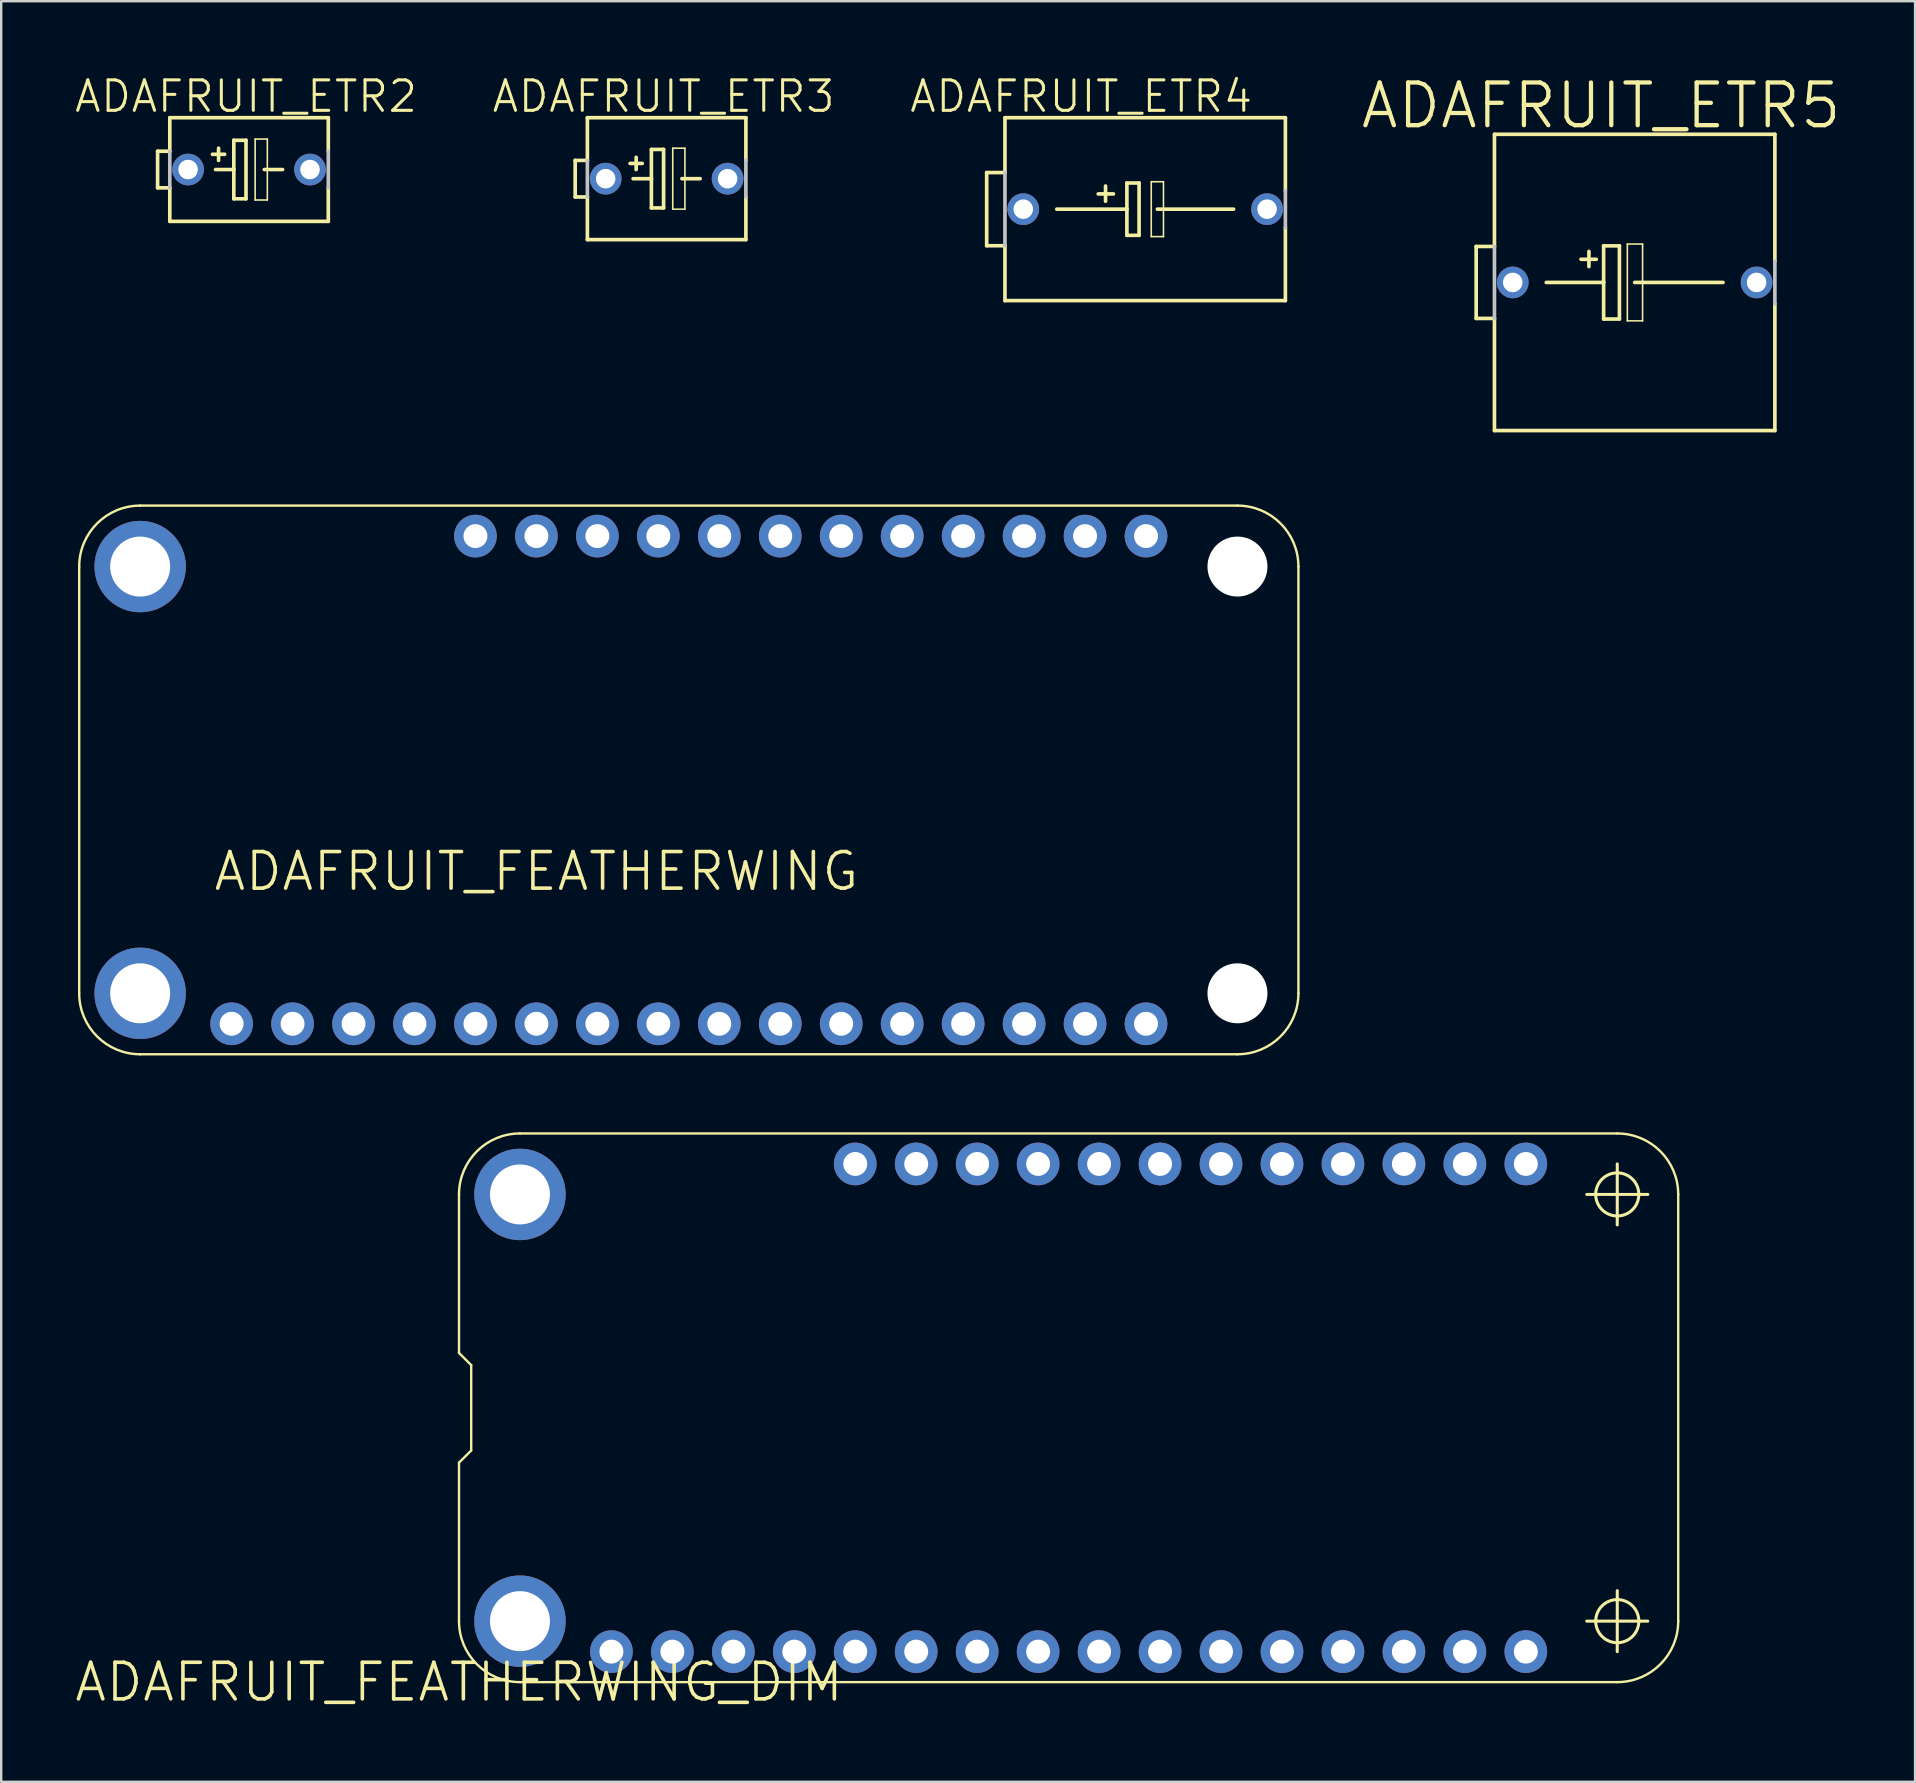
<source format=kicad_pcb>
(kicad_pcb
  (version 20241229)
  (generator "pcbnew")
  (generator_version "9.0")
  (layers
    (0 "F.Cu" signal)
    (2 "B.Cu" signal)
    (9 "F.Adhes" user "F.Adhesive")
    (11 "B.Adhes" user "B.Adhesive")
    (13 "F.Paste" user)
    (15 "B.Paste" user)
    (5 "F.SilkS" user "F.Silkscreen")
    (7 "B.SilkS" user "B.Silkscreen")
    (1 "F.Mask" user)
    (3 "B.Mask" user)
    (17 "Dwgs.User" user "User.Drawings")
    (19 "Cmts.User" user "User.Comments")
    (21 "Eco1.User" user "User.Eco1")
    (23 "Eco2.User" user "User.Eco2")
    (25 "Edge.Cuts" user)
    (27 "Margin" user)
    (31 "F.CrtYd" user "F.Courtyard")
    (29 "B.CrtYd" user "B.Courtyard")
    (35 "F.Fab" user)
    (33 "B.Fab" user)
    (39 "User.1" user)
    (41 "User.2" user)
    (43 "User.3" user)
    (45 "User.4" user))
  (footprint "ADAFRUIT_ETR5"
    (layer "F.Cu")
    (at 65.06 8.718)
    (property "Reference" "ADAFRUIT_ETR5" (at -1.397 -7.366 0) (layer "F.SilkS") (effects (font (size 1.778 1.778) (thickness 0.178))))
    (attr exclude_from_pos_files exclude_from_bom)
    (fp_line (start -6.604 -1.499) (end -6.604 1.499) (stroke (width 0.152) (type solid)) (layer "F.SilkS"))
    (fp_line (start -6.604 1.499) (end -5.842 1.499) (stroke (width 0.152) (type solid)) (layer "F.SilkS"))
    (fp_line (start -5.842 -1.499) (end -6.604 -1.499) (stroke (width 0.152) (type solid)) (layer "F.SilkS"))
    (fp_line (start -5.842 -1.499) (end -5.842 -6.172) (stroke (width 0.152) (type solid)) (layer "F.SilkS"))
    (fp_line (start -5.842 6.172) (end -5.842 1.499) (stroke (width 0.152) (type solid)) (layer "F.SilkS"))
    (fp_line (start -5.842 6.172) (end 5.842 6.172) (stroke (width 0.152) (type solid)) (layer "F.SilkS"))
    (fp_line (start -3.683 0) (end -1.293 0) (stroke (width 0.152) (type solid)) (layer "F.SilkS"))
    (fp_line (start -1.905 -1.293) (end -1.905 -0.66) (stroke (width 0.152) (type solid)) (layer "F.SilkS"))
    (fp_line (start -1.6 -0.965) (end -2.235 -0.965) (stroke (width 0.152) (type solid)) (layer "F.SilkS"))
    (fp_line (start -1.293 -1.524) (end -0.635 -1.524) (stroke (width 0.152) (type solid)) (layer "F.SilkS"))
    (fp_line (start -1.293 0) (end -1.293 -1.524) (stroke (width 0.152) (type solid)) (layer "F.SilkS"))
    (fp_line (start -1.293 1.524) (end -1.293 0) (stroke (width 0.152) (type solid)) (layer "F.SilkS"))
    (fp_line (start -0.635 -1.524) (end -0.635 1.524) (stroke (width 0.152) (type solid)) (layer "F.SilkS"))
    (fp_line (start -0.635 1.524) (end -1.293 1.524) (stroke (width 0.152) (type solid)) (layer "F.SilkS"))
    (fp_line (start -0.305 -1.6) (end 0.33 -1.6) (stroke (width 0.066) (type solid)) (layer "F.SilkS"))
    (fp_line (start -0.305 1.6) (end -0.305 -1.6) (stroke (width 0.066) (type solid)) (layer "F.SilkS"))
    (fp_line (start -0.305 1.6) (end 0.33 1.6) (stroke (width 0.066) (type solid)) (layer "F.SilkS"))
    (fp_line (start 0 0) (end 3.683 0) (stroke (width 0.152) (type solid)) (layer "F.SilkS"))
    (fp_line (start 0.33 1.6) (end 0.33 -1.6) (stroke (width 0.066) (type solid)) (layer "F.SilkS"))
    (fp_line (start 5.842 -6.172) (end -5.842 -6.172) (stroke (width 0.152) (type solid)) (layer "F.SilkS"))
    (fp_line (start 5.842 -0.889) (end 5.842 -6.172) (stroke (width 0.152) (type solid)) (layer "F.SilkS"))
    (fp_line (start 5.842 6.172) (end 5.842 0.889) (stroke (width 0.152) (type solid)) (layer "F.SilkS"))
    (fp_line (start -5.842 1.499) (end -5.842 -1.499) (stroke (width 0.152) (type solid)) (layer "Dwgs.User"))
    (fp_line (start 5.842 -0.889) (end 5.842 0.889) (stroke (width 0.152) (type solid)) (layer "Dwgs.User"))
    (pad "+" thru_hole circle (at -5.08 0) (size 1.321 1.321) (drill 0.813) (layers "*.Cu" "*.Paste" "*.Mask"))
    (pad "-" thru_hole circle (at 5.08 0) (size 1.321 1.321) (drill 0.813) (layers "*.Cu" "*.Paste" "*.Mask")))
  (footprint "ADAFRUIT_ETR4"
    (layer "F.Cu")
    (at 44.665 5.665)
    (property "Reference" "ADAFRUIT_ETR4" (at -2.667 -4.699 0) (layer "F.SilkS") (effects (font (size 1.27 1.27) (thickness 0.127))))
    (attr exclude_from_pos_files exclude_from_bom)
    (fp_line (start -6.604 -1.524) (end -6.604 1.524) (stroke (width 0.152) (type solid)) (layer "F.SilkS"))
    (fp_line (start -6.604 1.524) (end -5.842 1.524) (stroke (width 0.152) (type solid)) (layer "F.SilkS"))
    (fp_line (start -5.842 -1.524) (end -6.604 -1.524) (stroke (width 0.152) (type solid)) (layer "F.SilkS"))
    (fp_line (start -5.842 -1.524) (end -5.842 -3.81) (stroke (width 0.152) (type solid)) (layer "F.SilkS"))
    (fp_line (start -5.842 3.81) (end -5.842 1.524) (stroke (width 0.152) (type solid)) (layer "F.SilkS"))
    (fp_line (start -5.842 3.81) (end 5.842 3.81) (stroke (width 0.152) (type solid)) (layer "F.SilkS"))
    (fp_line (start -3.683 0) (end -0.762 0) (stroke (width 0.152) (type solid)) (layer "F.SilkS"))
    (fp_line (start -1.651 -0.965) (end -1.651 -0.33) (stroke (width 0.152) (type solid)) (layer "F.SilkS"))
    (fp_line (start -1.321 -0.635) (end -1.956 -0.635) (stroke (width 0.152) (type solid)) (layer "F.SilkS"))
    (fp_line (start -0.762 -1.09) (end -0.762 0) (stroke (width 0.152) (type solid)) (layer "F.SilkS"))
    (fp_line (start -0.762 0) (end -0.762 1.09) (stroke (width 0.152) (type solid)) (layer "F.SilkS"))
    (fp_line (start -0.762 1.09) (end -0.254 1.09) (stroke (width 0.152) (type solid)) (layer "F.SilkS"))
    (fp_line (start -0.254 -1.09) (end -0.762 -1.09) (stroke (width 0.152) (type solid)) (layer "F.SilkS"))
    (fp_line (start -0.254 1.09) (end -0.254 -1.09) (stroke (width 0.152) (type solid)) (layer "F.SilkS"))
    (fp_line (start 0.254 -1.143) (end 0.762 -1.143) (stroke (width 0.066) (type solid)) (layer "F.SilkS"))
    (fp_line (start 0.254 1.143) (end 0.254 -1.143) (stroke (width 0.066) (type solid)) (layer "F.SilkS"))
    (fp_line (start 0.254 1.143) (end 0.762 1.143) (stroke (width 0.066) (type solid)) (layer "F.SilkS"))
    (fp_line (start 0.762 1.143) (end 0.762 -1.143) (stroke (width 0.066) (type solid)) (layer "F.SilkS"))
    (fp_line (start 3.683 0) (end 0.508 0) (stroke (width 0.152) (type solid)) (layer "F.SilkS"))
    (fp_line (start 5.842 -3.81) (end -5.842 -3.81) (stroke (width 0.152) (type solid)) (layer "F.SilkS"))
    (fp_line (start 5.842 -0.762) (end 5.842 -3.81) (stroke (width 0.152) (type solid)) (layer "F.SilkS"))
    (fp_line (start 5.842 3.81) (end 5.842 0.762) (stroke (width 0.152) (type solid)) (layer "F.SilkS"))
    (fp_line (start -5.842 1.524) (end -5.842 -1.524) (stroke (width 0.152) (type solid)) (layer "Dwgs.User"))
    (fp_line (start 5.842 -0.762) (end 5.842 0.762) (stroke (width 0.152) (type solid)) (layer "Dwgs.User"))
    (pad "+" thru_hole circle (at -5.08 0) (size 1.321 1.321) (drill 0.813) (layers "*.Cu" "*.Paste" "*.Mask"))
    (pad "-" thru_hole circle (at 5.08 0) (size 1.321 1.321) (drill 0.813) (layers "*.Cu" "*.Paste" "*.Mask")))
  (footprint "ADAFRUIT_ETR3"
    (layer "F.Cu")
    (at 24.726 4.395)
    (property "Reference" "ADAFRUIT_ETR3" (at -0.127 -3.429 0) (layer "F.SilkS") (effects (font (size 1.27 1.27) (thickness 0.127))))
    (attr exclude_from_pos_files exclude_from_bom)
    (fp_line (start -3.81 -0.762) (end -3.81 0.762) (stroke (width 0.152) (type solid)) (layer "F.SilkS"))
    (fp_line (start -3.81 0.762) (end -3.302 0.762) (stroke (width 0.152) (type solid)) (layer "F.SilkS"))
    (fp_line (start -3.302 -0.762) (end -3.81 -0.762) (stroke (width 0.152) (type solid)) (layer "F.SilkS"))
    (fp_line (start -3.302 -0.762) (end -3.302 -2.54) (stroke (width 0.152) (type solid)) (layer "F.SilkS"))
    (fp_line (start -3.302 2.54) (end -3.302 0.762) (stroke (width 0.152) (type solid)) (layer "F.SilkS"))
    (fp_line (start -3.302 2.54) (end 3.302 2.54) (stroke (width 0.152) (type solid)) (layer "F.SilkS"))
    (fp_line (start -1.524 -0.635) (end -1.016 -0.635) (stroke (width 0.152) (type solid)) (layer "F.SilkS"))
    (fp_line (start -1.397 0) (end -0.635 0) (stroke (width 0.152) (type solid)) (layer "F.SilkS"))
    (fp_line (start -1.27 -0.889) (end -1.27 -0.381) (stroke (width 0.152) (type solid)) (layer "F.SilkS"))
    (fp_line (start -0.635 -1.219) (end -0.635 0) (stroke (width 0.152) (type solid)) (layer "F.SilkS"))
    (fp_line (start -0.635 0) (end -0.635 1.219) (stroke (width 0.152) (type solid)) (layer "F.SilkS"))
    (fp_line (start -0.635 1.219) (end -0.127 1.219) (stroke (width 0.152) (type solid)) (layer "F.SilkS"))
    (fp_line (start -0.127 -1.219) (end -0.635 -1.219) (stroke (width 0.152) (type solid)) (layer "F.SilkS"))
    (fp_line (start -0.127 1.219) (end -0.127 -1.219) (stroke (width 0.152) (type solid)) (layer "F.SilkS"))
    (fp_line (start 0.254 -1.27) (end 0.762 -1.27) (stroke (width 0.066) (type solid)) (layer "F.SilkS"))
    (fp_line (start 0.254 1.27) (end 0.254 -1.27) (stroke (width 0.066) (type solid)) (layer "F.SilkS"))
    (fp_line (start 0.254 1.27) (end 0.762 1.27) (stroke (width 0.066) (type solid)) (layer "F.SilkS"))
    (fp_line (start 0.635 0) (end 1.397 0) (stroke (width 0.152) (type solid)) (layer "F.SilkS"))
    (fp_line (start 0.762 1.27) (end 0.762 -1.27) (stroke (width 0.066) (type solid)) (layer "F.SilkS"))
    (fp_line (start 3.302 -2.54) (end -3.302 -2.54) (stroke (width 0.152) (type solid)) (layer "F.SilkS"))
    (fp_line (start 3.302 -0.762) (end 3.302 -2.54) (stroke (width 0.152) (type solid)) (layer "F.SilkS"))
    (fp_line (start 3.302 2.54) (end 3.302 0.762) (stroke (width 0.152) (type solid)) (layer "F.SilkS"))
    (fp_line (start -3.302 0.762) (end -3.302 -0.762) (stroke (width 0.152) (type solid)) (layer "Dwgs.User"))
    (fp_line (start 3.302 -0.762) (end 3.302 0.762) (stroke (width 0.152) (type solid)) (layer "Dwgs.User"))
    (pad "+" thru_hole circle (at -2.54 0) (size 1.321 1.321) (drill 0.813) (layers "*.Cu" "*.Paste" "*.Mask"))
    (pad "-" thru_hole circle (at 2.54 0) (size 1.321 1.321) (drill 0.813) (layers "*.Cu" "*.Paste" "*.Mask")))
  (footprint "ADAFRUIT_FEATHERWING_DIM"
    (layer "F.Cu")
    (at 16.075 67.037)
    (property "Reference" "ADAFRUIT_FEATHERWING_DIM" (at 0 0 0) (layer "F.SilkS") (effects (font (size 1.524 1.524) (thickness 0.15))))
    (attr exclude_from_pos_files exclude_from_bom)
    (fp_line (start 0 -20.32) (end 0 -13.716) (stroke (width 0.1) (type solid)) (layer "F.SilkS"))
    (fp_line (start 0 -13.716) (end 0.508 -13.208) (stroke (width 0.1) (type solid)) (layer "F.SilkS"))
    (fp_line (start 0 -9.144) (end 0 -2.54) (stroke (width 0.1) (type solid)) (layer "F.SilkS"))
    (fp_line (start 0.508 -13.208) (end 0.508 -9.652) (stroke (width 0.1) (type solid)) (layer "F.SilkS"))
    (fp_line (start 0.508 -9.652) (end 0 -9.144) (stroke (width 0.1) (type solid)) (layer "F.SilkS"))
    (fp_line (start 2.54 0) (end 48.26 0) (stroke (width 0.1) (type solid)) (layer "F.SilkS"))
    (fp_line (start 46.99 -20.32) (end 49.53 -20.32) (stroke (width 0.127) (type solid)) (layer "F.SilkS"))
    (fp_line (start 46.99 -2.54) (end 49.53 -2.54) (stroke (width 0.127) (type solid)) (layer "F.SilkS"))
    (fp_line (start 48.26 -22.86) (end 2.54 -22.86) (stroke (width 0.1) (type solid)) (layer "F.SilkS"))
    (fp_line (start 48.26 -19.05) (end 48.26 -21.59) (stroke (width 0.127) (type solid)) (layer "F.SilkS"))
    (fp_line (start 48.26 -1.27) (end 48.26 -3.81) (stroke (width 0.127) (type solid)) (layer "F.SilkS"))
    (fp_line (start 50.8 -2.54) (end 50.8 -20.32) (stroke (width 0.1) (type solid)) (layer "F.SilkS"))
    (fp_arc (start 0 -20.32) (mid 0.743949 -22.116051) (end 2.54 -22.86) (stroke (width 0.1) (type solid)) (layer "F.SilkS"))
    (fp_arc (start 2.54 0) (mid 0.743949 -0.743949) (end 0 -2.54) (stroke (width 0.1) (type solid)) (layer "F.SilkS"))
    (fp_arc (start 48.26 -22.86) (mid 50.056051 -22.116051) (end 50.8 -20.32) (stroke (width 0.1) (type solid)) (layer "F.SilkS"))
    (fp_arc (start 50.8 -2.54) (mid 50.056051 -0.743949) (end 48.26 0) (stroke (width 0.1) (type solid)) (layer "F.SilkS"))
    (fp_circle (center 48.26 -20.32) (end 48.895 -20.955) (stroke (width 0.127) (type solid)) (fill no) (layer "F.SilkS"))
    (fp_circle (center 48.26 -2.54) (end 48.895 -3.175) (stroke (width 0.127) (type solid)) (fill no) (layer "F.SilkS"))
    (pad "1" thru_hole circle (at 6.35 -1.27) (size 1.778 1.778) (drill 0.998) (layers "*.Cu" "*.Paste" "*.Mask"))
    (pad "2" thru_hole circle (at 8.89 -1.27) (size 1.778 1.778) (drill 0.998) (layers "*.Cu" "*.Paste" "*.Mask"))
    (pad "3" thru_hole circle (at 11.43 -1.27) (size 1.778 1.778) (drill 0.998) (layers "*.Cu" "*.Paste" "*.Mask"))
    (pad "4" thru_hole circle (at 13.97 -1.27) (size 1.778 1.778) (drill 0.998) (layers "*.Cu" "*.Paste" "*.Mask"))
    (pad "5" thru_hole circle (at 16.51 -1.27) (size 1.778 1.778) (drill 0.998) (layers "*.Cu" "*.Paste" "*.Mask"))
    (pad "6" thru_hole circle (at 19.05 -1.27) (size 1.778 1.778) (drill 0.998) (layers "*.Cu" "*.Paste" "*.Mask"))
    (pad "7" thru_hole circle (at 21.59 -1.27) (size 1.778 1.778) (drill 0.998) (layers "*.Cu" "*.Paste" "*.Mask"))
    (pad "8" thru_hole circle (at 24.13 -1.27) (size 1.778 1.778) (drill 0.998) (layers "*.Cu" "*.Paste" "*.Mask"))
    (pad "9" thru_hole circle (at 26.67 -1.27) (size 1.778 1.778) (drill 0.998) (layers "*.Cu" "*.Paste" "*.Mask"))
    (pad "10" thru_hole circle (at 29.21 -1.27) (size 1.778 1.778) (drill 0.998) (layers "*.Cu" "*.Paste" "*.Mask"))
    (pad "11" thru_hole circle (at 31.75 -1.27) (size 1.778 1.778) (drill 0.998) (layers "*.Cu" "*.Paste" "*.Mask"))
    (pad "12" thru_hole circle (at 34.29 -1.27) (size 1.778 1.778) (drill 0.998) (layers "*.Cu" "*.Paste" "*.Mask"))
    (pad "13" thru_hole circle (at 36.83 -1.27) (size 1.778 1.778) (drill 0.998) (layers "*.Cu" "*.Paste" "*.Mask"))
    (pad "14" thru_hole circle (at 39.37 -1.27) (size 1.778 1.778) (drill 0.998) (layers "*.Cu" "*.Paste" "*.Mask"))
    (pad "15" thru_hole circle (at 41.91 -1.27) (size 1.778 1.778) (drill 0.998) (layers "*.Cu" "*.Paste" "*.Mask"))
    (pad "16" thru_hole circle (at 44.45 -1.27) (size 1.778 1.778) (drill 0.998) (layers "*.Cu" "*.Paste" "*.Mask"))
    (pad "17" thru_hole circle (at 44.45 -21.59) (size 1.778 1.778) (drill 0.998) (layers "*.Cu" "*.Paste" "*.Mask"))
    (pad "18" thru_hole circle (at 41.91 -21.59) (size 1.778 1.778) (drill 0.998) (layers "*.Cu" "*.Paste" "*.Mask"))
    (pad "19" thru_hole circle (at 39.37 -21.59) (size 1.778 1.778) (drill 0.998) (layers "*.Cu" "*.Paste" "*.Mask"))
    (pad "20" thru_hole circle (at 36.83 -21.59) (size 1.778 1.778) (drill 0.998) (layers "*.Cu" "*.Paste" "*.Mask"))
    (pad "21" thru_hole circle (at 34.29 -21.59) (size 1.778 1.778) (drill 0.998) (layers "*.Cu" "*.Paste" "*.Mask"))
    (pad "22" thru_hole circle (at 31.75 -21.59) (size 1.778 1.778) (drill 0.998) (layers "*.Cu" "*.Paste" "*.Mask"))
    (pad "23" thru_hole circle (at 29.21 -21.59) (size 1.778 1.778) (drill 0.998) (layers "*.Cu" "*.Paste" "*.Mask"))
    (pad "24" thru_hole circle (at 26.67 -21.59) (size 1.778 1.778) (drill 0.998) (layers "*.Cu" "*.Paste" "*.Mask"))
    (pad "25" thru_hole circle (at 24.13 -21.59) (size 1.778 1.778) (drill 0.998) (layers "*.Cu" "*.Paste" "*.Mask"))
    (pad "26" thru_hole circle (at 21.59 -21.59) (size 1.778 1.778) (drill 0.998) (layers "*.Cu" "*.Paste" "*.Mask"))
    (pad "27" thru_hole circle (at 19.05 -21.59) (size 1.778 1.778) (drill 0.998) (layers "*.Cu" "*.Paste" "*.Mask"))
    (pad "28" thru_hole circle (at 16.51 -21.59) (size 1.778 1.778) (drill 0.998) (layers "*.Cu" "*.Paste" "*.Mask"))
    (pad "P$1" thru_hole circle (at 2.54 -20.32) (size 3.81 3.81) (drill 2.499) (layers "*.Cu" "*.Paste" "*.Mask"))
    (pad "P$2" thru_hole circle (at 2.54 -2.54) (size 3.81 3.81) (drill 2.499) (layers "*.Cu" "*.Paste" "*.Mask")))
  (footprint "ADAFRUIT_FEATHERWING"
    (layer "F.Cu")
    (at 0.25 40.877)
    (property "Reference" "ADAFRUIT_FEATHERWING" (at 19.05 -7.62 0) (layer "F.SilkS") (effects (font (size 1.524 1.524) (thickness 0.15))))
    (attr exclude_from_pos_files exclude_from_bom)
    (fp_line (start 0 -20.32) (end 0 -2.54) (stroke (width 0.1) (type solid)) (layer "F.SilkS"))
    (fp_line (start 2.54 0) (end 48.26 0) (stroke (width 0.1) (type solid)) (layer "F.SilkS"))
    (fp_line (start 48.26 -22.86) (end 2.54 -22.86) (stroke (width 0.1) (type solid)) (layer "F.SilkS"))
    (fp_line (start 50.8 -2.54) (end 50.8 -20.32) (stroke (width 0.1) (type solid)) (layer "F.SilkS"))
    (fp_arc (start 0 -20.32) (mid 0.743949 -22.116051) (end 2.54 -22.86) (stroke (width 0.1) (type solid)) (layer "F.SilkS"))
    (fp_arc (start 2.54 0) (mid 0.743949 -0.743949) (end 0 -2.54) (stroke (width 0.1) (type solid)) (layer "F.SilkS"))
    (fp_arc (start 48.26 -22.86) (mid 50.056051 -22.116051) (end 50.8 -20.32) (stroke (width 0.1) (type solid)) (layer "F.SilkS"))
    (fp_arc (start 50.8 -2.54) (mid 50.056051 -0.743949) (end 48.26 0) (stroke (width 0.1) (type solid)) (layer "F.SilkS"))
    (pad "" thru_hole circle (at 2.54 -20.32) (size 3.81 3.81) (drill 2.499) (layers "*.Cu" "*.Mask"))
    (pad "" thru_hole circle (at 2.54 -2.54) (size 3.81 3.81) (drill 2.499) (layers "*.Cu" "*.Mask"))
    (pad "" np_thru_hole circle (at 48.26 -20.32) (size 2.499 2.499) (drill 2.499) (layers "*.Cu" "*.Mask"))
    (pad "" np_thru_hole circle (at 48.26 -2.54) (size 2.499 2.499) (drill 2.499) (layers "*.Cu" "*.Mask"))
    (pad "1" thru_hole circle (at 6.35 -1.27) (size 1.778 1.778) (drill 0.998) (layers "*.Cu" "*.Mask"))
    (pad "2" thru_hole circle (at 8.89 -1.27) (size 1.778 1.778) (drill 0.998) (layers "*.Cu" "*.Mask"))
    (pad "3" thru_hole circle (at 11.43 -1.27) (size 1.778 1.778) (drill 0.998) (layers "*.Cu" "*.Mask"))
    (pad "4" thru_hole circle (at 13.97 -1.27) (size 1.778 1.778) (drill 0.998) (layers "*.Cu" "*.Mask"))
    (pad "5" thru_hole circle (at 16.51 -1.27) (size 1.778 1.778) (drill 0.998) (layers "*.Cu" "*.Mask"))
    (pad "6" thru_hole circle (at 19.05 -1.27) (size 1.778 1.778) (drill 0.998) (layers "*.Cu" "*.Mask"))
    (pad "7" thru_hole circle (at 21.59 -1.27) (size 1.778 1.778) (drill 0.998) (layers "*.Cu" "*.Mask"))
    (pad "8" thru_hole circle (at 24.13 -1.27) (size 1.778 1.778) (drill 0.998) (layers "*.Cu" "*.Mask"))
    (pad "9" thru_hole circle (at 26.67 -1.27) (size 1.778 1.778) (drill 0.998) (layers "*.Cu" "*.Mask"))
    (pad "10" thru_hole circle (at 29.21 -1.27) (size 1.778 1.778) (drill 0.998) (layers "*.Cu" "*.Mask"))
    (pad "11" thru_hole circle (at 31.75 -1.27) (size 1.778 1.778) (drill 0.998) (layers "*.Cu" "*.Mask"))
    (pad "12" thru_hole circle (at 34.29 -1.27) (size 1.778 1.778) (drill 0.998) (layers "*.Cu" "*.Mask"))
    (pad "13" thru_hole circle (at 36.83 -1.27) (size 1.778 1.778) (drill 0.998) (layers "*.Cu" "*.Mask"))
    (pad "14" thru_hole circle (at 39.37 -1.27) (size 1.778 1.778) (drill 0.998) (layers "*.Cu" "*.Mask"))
    (pad "15" thru_hole circle (at 41.91 -1.27) (size 1.778 1.778) (drill 0.998) (layers "*.Cu" "*.Mask"))
    (pad "16" thru_hole circle (at 44.45 -1.27) (size 1.778 1.778) (drill 0.998) (layers "*.Cu" "*.Mask"))
    (pad "17" thru_hole circle (at 44.45 -21.59) (size 1.778 1.778) (drill 0.998) (layers "*.Cu" "*.Mask"))
    (pad "18" thru_hole circle (at 41.91 -21.59) (size 1.778 1.778) (drill 0.998) (layers "*.Cu" "*.Mask"))
    (pad "19" thru_hole circle (at 39.37 -21.59) (size 1.778 1.778) (drill 0.998) (layers "*.Cu" "*.Mask"))
    (pad "20" thru_hole circle (at 36.83 -21.59) (size 1.778 1.778) (drill 0.998) (layers "*.Cu" "*.Mask"))
    (pad "21" thru_hole circle (at 34.29 -21.59) (size 1.778 1.778) (drill 0.998) (layers "*.Cu" "*.Mask"))
    (pad "22" thru_hole circle (at 31.75 -21.59) (size 1.778 1.778) (drill 0.998) (layers "*.Cu" "*.Mask"))
    (pad "23" thru_hole circle (at 29.21 -21.59) (size 1.778 1.778) (drill 0.998) (layers "*.Cu" "*.Mask"))
    (pad "24" thru_hole circle (at 26.67 -21.59) (size 1.778 1.778) (drill 0.998) (layers "*.Cu" "*.Mask"))
    (pad "25" thru_hole circle (at 24.13 -21.59) (size 1.778 1.778) (drill 0.998) (layers "*.Cu" "*.Mask"))
    (pad "26" thru_hole circle (at 21.59 -21.59) (size 1.778 1.778) (drill 0.998) (layers "*.Cu" "*.Mask"))
    (pad "27" thru_hole circle (at 19.05 -21.59) (size 1.778 1.778) (drill 0.998) (layers "*.Cu" "*.Mask"))
    (pad "28" thru_hole circle (at 16.51 -21.59) (size 1.778 1.778) (drill 0.998) (layers "*.Cu" "*.Mask")))
  (footprint "ADAFRUIT_ETR2"
    (layer "F.Cu")
    (at 7.327 4.014)
    (property "Reference" "ADAFRUIT_ETR2" (at -0.127 -3.048 0) (layer "F.SilkS") (effects (font (size 1.27 1.27) (thickness 0.127))))
    (attr exclude_from_pos_files exclude_from_bom)
    (fp_line (start -3.81 -0.762) (end -3.81 0.762) (stroke (width 0.152) (type solid)) (layer "F.SilkS"))
    (fp_line (start -3.81 0.762) (end -3.302 0.762) (stroke (width 0.152) (type solid)) (layer "F.SilkS"))
    (fp_line (start -3.302 -0.762) (end -3.81 -0.762) (stroke (width 0.152) (type solid)) (layer "F.SilkS"))
    (fp_line (start -3.302 -0.762) (end -3.302 -2.159) (stroke (width 0.152) (type solid)) (layer "F.SilkS"))
    (fp_line (start -3.302 2.159) (end -3.302 0.762) (stroke (width 0.152) (type solid)) (layer "F.SilkS"))
    (fp_line (start -3.302 2.159) (end 3.302 2.159) (stroke (width 0.152) (type solid)) (layer "F.SilkS"))
    (fp_line (start -1.524 -0.635) (end -1.016 -0.635) (stroke (width 0.152) (type solid)) (layer "F.SilkS"))
    (fp_line (start -1.397 0) (end -0.635 0) (stroke (width 0.152) (type solid)) (layer "F.SilkS"))
    (fp_line (start -1.27 -0.889) (end -1.27 -0.381) (stroke (width 0.152) (type solid)) (layer "F.SilkS"))
    (fp_line (start -0.635 -1.219) (end -0.635 0) (stroke (width 0.152) (type solid)) (layer "F.SilkS"))
    (fp_line (start -0.635 0) (end -0.635 1.219) (stroke (width 0.152) (type solid)) (layer "F.SilkS"))
    (fp_line (start -0.635 1.219) (end -0.127 1.219) (stroke (width 0.152) (type solid)) (layer "F.SilkS"))
    (fp_line (start -0.127 -1.219) (end -0.635 -1.219) (stroke (width 0.152) (type solid)) (layer "F.SilkS"))
    (fp_line (start -0.127 1.219) (end -0.127 -1.219) (stroke (width 0.152) (type solid)) (layer "F.SilkS"))
    (fp_line (start 0.254 -1.27) (end 0.762 -1.27) (stroke (width 0.066) (type solid)) (layer "F.SilkS"))
    (fp_line (start 0.254 1.27) (end 0.254 -1.27) (stroke (width 0.066) (type solid)) (layer "F.SilkS"))
    (fp_line (start 0.254 1.27) (end 0.762 1.27) (stroke (width 0.066) (type solid)) (layer "F.SilkS"))
    (fp_line (start 0.635 0) (end 1.397 0) (stroke (width 0.152) (type solid)) (layer "F.SilkS"))
    (fp_line (start 0.762 1.27) (end 0.762 -1.27) (stroke (width 0.066) (type solid)) (layer "F.SilkS"))
    (fp_line (start 3.302 -2.159) (end -3.302 -2.159) (stroke (width 0.152) (type solid)) (layer "F.SilkS"))
    (fp_line (start 3.302 -0.762) (end 3.302 -2.159) (stroke (width 0.152) (type solid)) (layer "F.SilkS"))
    (fp_line (start 3.302 2.159) (end 3.302 0.762) (stroke (width 0.152) (type solid)) (layer "F.SilkS"))
    (fp_line (start -3.302 0.762) (end -3.302 -0.762) (stroke (width 0.152) (type solid)) (layer "Dwgs.User"))
    (fp_line (start 3.302 -0.762) (end 3.302 0.762) (stroke (width 0.152) (type solid)) (layer "Dwgs.User"))
    (pad "+" thru_hole circle (at -2.54 0) (size 1.321 1.321) (drill 0.813) (layers "*.Cu" "*.Paste" "*.Mask"))
    (pad "-" thru_hole circle (at 2.54 0) (size 1.321 1.321) (drill 0.813) (layers "*.Cu" "*.Paste" "*.Mask")))
  (gr_rect
    (start -3 -3)
    (end 76.743 71.191)
    (stroke (width 0.1) (type default))
    (fill no)
    (layer "Edge.Cuts")))
</source>
